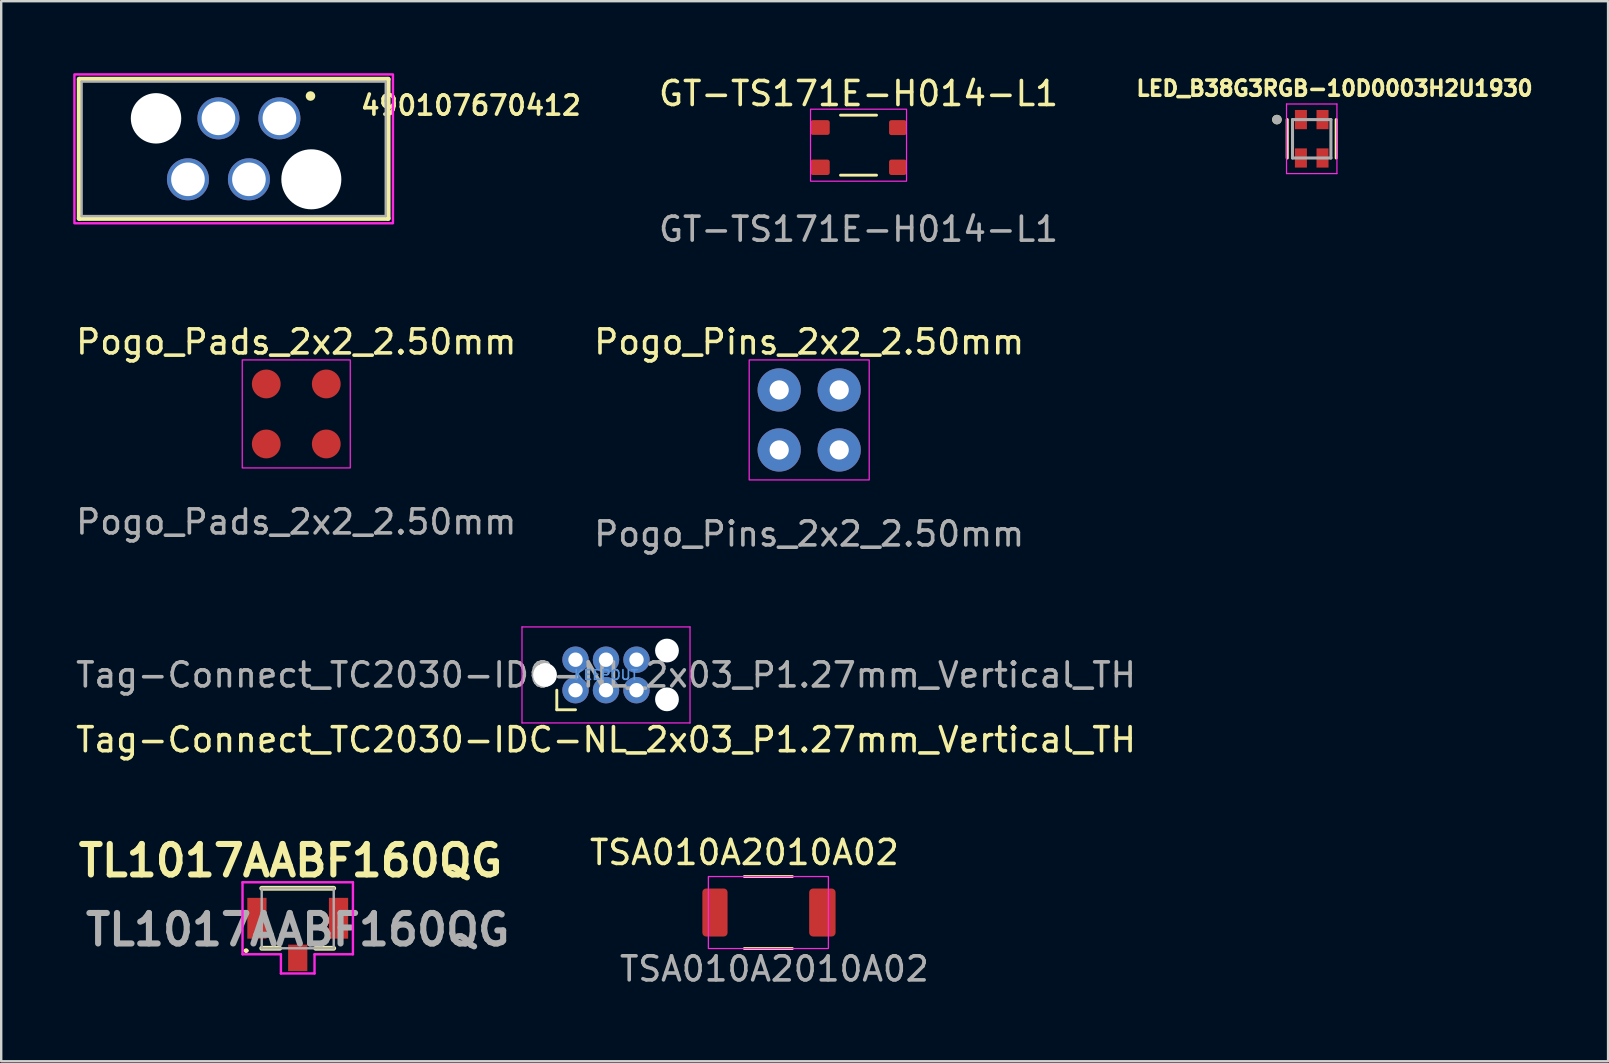
<source format=kicad_pcb>
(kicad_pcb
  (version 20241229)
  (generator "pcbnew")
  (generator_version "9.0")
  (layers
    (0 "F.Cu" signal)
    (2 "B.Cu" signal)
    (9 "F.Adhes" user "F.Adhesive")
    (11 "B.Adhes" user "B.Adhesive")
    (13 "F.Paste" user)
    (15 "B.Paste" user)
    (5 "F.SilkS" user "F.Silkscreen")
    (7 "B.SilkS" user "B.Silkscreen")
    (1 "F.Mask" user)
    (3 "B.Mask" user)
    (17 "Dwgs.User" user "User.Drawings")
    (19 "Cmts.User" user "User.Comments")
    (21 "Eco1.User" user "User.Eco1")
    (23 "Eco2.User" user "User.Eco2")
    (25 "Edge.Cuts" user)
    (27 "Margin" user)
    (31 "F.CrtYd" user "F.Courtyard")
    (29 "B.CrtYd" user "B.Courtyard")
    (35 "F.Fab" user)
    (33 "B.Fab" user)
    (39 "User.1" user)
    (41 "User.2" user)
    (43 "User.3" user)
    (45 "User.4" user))
  (footprint "TL1017AABF160QG"
    (layer "F.Cu")
    (at 9.353 35.205)
    (property "Reference" "TL1017AABF160QG" (at -0.3 -2.4 0) (layer "F.SilkS") (effects (font (size 1.27 1.27) (thickness 0.254))))
    (attr smd)
    (fp_line (start -2.2 1.35) (end -2.2 1.35) (stroke (width 0.1) (type solid)) (layer "F.SilkS"))
    (fp_line (start -2.1 1.35) (end -2.1 1.35) (stroke (width 0.1) (type solid)) (layer "F.SilkS"))
    (fp_line (start -1.5 -1.25) (end 1.5 -1.25) (stroke (width 0.2) (type solid)) (layer "F.SilkS"))
    (fp_line (start -1.5 1.25) (end -0.75 1.25) (stroke (width 0.2) (type solid)) (layer "F.SilkS"))
    (fp_line (start 1.5 1.25) (end 0.75 1.25) (stroke (width 0.2) (type solid)) (layer "F.SilkS"))
    (fp_arc (start -2.2 1.35) (mid -2.15 1.3) (end -2.1 1.35) (stroke (width 0.1) (type solid)) (layer "F.SilkS"))
    (fp_arc (start -2.1 1.35) (mid -2.15 1.4) (end -2.2 1.35) (stroke (width 0.1) (type solid)) (layer "F.SilkS"))
    (fp_line (start -2.3 -1.5) (end 2.3 -1.5) (stroke (width 0.1) (type solid)) (layer "F.CrtYd"))
    (fp_line (start -2.3 1.5) (end -2.3 -1.5) (stroke (width 0.1) (type solid)) (layer "F.CrtYd"))
    (fp_line (start -0.7 1.5) (end -2.3 1.5) (stroke (width 0.1) (type solid)) (layer "F.CrtYd"))
    (fp_line (start -0.7 2.3) (end -0.7 1.5) (stroke (width 0.1) (type solid)) (layer "F.CrtYd"))
    (fp_line (start 0.7 1.5) (end 0.7 2.3) (stroke (width 0.1) (type solid)) (layer "F.CrtYd"))
    (fp_line (start 0.7 2.3) (end -0.7 2.3) (stroke (width 0.1) (type solid)) (layer "F.CrtYd"))
    (fp_line (start 2.3 -1.5) (end 2.3 1.5) (stroke (width 0.1) (type solid)) (layer "F.CrtYd"))
    (fp_line (start 2.3 1.5) (end 0.7 1.5) (stroke (width 0.1) (type solid)) (layer "F.CrtYd"))
    (fp_line (start -1.5 -1.25) (end 1.5 -1.25) (stroke (width 0.1) (type solid)) (layer "F.Fab"))
    (fp_line (start -1.5 1.25) (end -1.5 -1.25) (stroke (width 0.1) (type solid)) (layer "F.Fab"))
    (fp_line (start 1.5 -1.25) (end 1.5 1.25) (stroke (width 0.1) (type solid)) (layer "F.Fab"))
    (fp_line (start 1.5 1.25) (end -1.5 1.25) (stroke (width 0.1) (type solid)) (layer "F.Fab"))
    (fp_text user "${REFERENCE}" (at 0 0.475 0) (layer "F.Fab") (effects (font (size 1.27 1.27) (thickness 0.254))))
    (pad "1" smd rect (at -1.7 0) (size 0.8 1.7) (layers "F.Cu" "F.Mask" "F.Paste"))
    (pad "2" smd rect (at 1.7 0) (size 0.8 1.7) (layers "F.Cu" "F.Mask" "F.Paste"))
    (pad "G1" smd rect (at 0 1.65) (size 0.8 1.1) (layers "F.Cu" "F.Mask" "F.Paste")))
  (footprint "490107670412"
    (layer "F.Cu")
    (at 6.685 3.15)
    (property "Reference" "490107670412" (at 9.88 -1.808 0) (layer "F.SilkS") (effects (font (size 0.8 0.8) (thickness 0.15))))
    (attr through_hole)
    (fp_line (start -6.435 -2.9) (end 6.435 -2.9) (stroke (width 0.2) (type solid)) (layer "F.SilkS"))
    (fp_line (start -6.435 2.9) (end -6.435 -2.9) (stroke (width 0.2) (type solid)) (layer "F.SilkS"))
    (fp_line (start 6.435 -2.9) (end 6.435 2.9) (stroke (width 0.2) (type solid)) (layer "F.SilkS"))
    (fp_line (start 6.435 2.9) (end -6.435 2.9) (stroke (width 0.2) (type solid)) (layer "F.SilkS"))
    (fp_circle (center 3.2 -2.2) (end 3.3 -2.2) (stroke (width 0.2) (type solid)) (fill no) (layer "F.SilkS"))
    (fp_poly (pts (xy -6.635 -3.1) (xy 6.635 -3.1) (xy 6.635 3.1) (xy -6.635 3.1)) (stroke (width 0.1) (type solid)) (fill no) (layer "F.CrtYd"))
    (fp_line (start -6.335 -2.8) (end 6.335 -2.8) (stroke (width 0.1) (type solid)) (layer "F.Fab"))
    (fp_line (start -6.335 2.8) (end -6.335 -2.8) (stroke (width 0.1) (type solid)) (layer "F.Fab"))
    (fp_line (start 6.335 -2.8) (end 6.335 2.8) (stroke (width 0.1) (type solid)) (layer "F.Fab"))
    (fp_line (start 6.335 2.8) (end -6.335 2.8) (stroke (width 0.1) (type solid)) (layer "F.Fab"))
    (pad "" np_thru_hole circle (at -3.235 -1.27) (size 2.1 2.1) (drill 2.1) (layers "*.Cu" "*.Mask"))
    (pad "" np_thru_hole circle (at 3.235 1.27) (size 2.5 2.5) (drill 2.5) (layers "*.Cu" "*.Mask"))
    (pad "1" thru_hole circle (at 1.905 -1.27) (size 1.75 1.75) (drill 1.4) (layers "*.Cu" "*.Mask"))
    (pad "2" thru_hole circle (at 0.635 1.27) (size 1.75 1.75) (drill 1.4) (layers "*.Cu" "*.Mask"))
    (pad "3" thru_hole circle (at -0.635 -1.27) (size 1.75 1.75) (drill 1.4) (layers "*.Cu" "*.Mask"))
    (pad "4" thru_hole circle (at -1.905 1.27) (size 1.75 1.75) (drill 1.4) (layers "*.Cu" "*.Mask")))
  (footprint "Tag-Connect_TC2030-IDC-NL_2x03_P1.27mm_Vertical_TH"
    (layer "F.Cu")
    (at 22.196 25.068)
    (property "Reference" "Tag-Connect_TC2030-IDC-NL_2x03_P1.27mm_Vertical_TH" (at 0 2.7 0) (layer "F.SilkS") (effects (font (size 1 1) (thickness 0.15))))
    (attr exclude_from_pos_files exclude_from_bom)
    (fp_line (start -2.05 1.45) (end -2.05 0.635) (stroke (width 0.12) (type solid)) (layer "F.SilkS"))
    (fp_line (start -1.27 1.45) (end -2.05 1.45) (stroke (width 0.12) (type solid)) (layer "F.SilkS"))
    (fp_line (start -3.5 -2) (end 3.5 -2) (stroke (width 0.05) (type solid)) (layer "F.CrtYd"))
    (fp_line (start -3.5 2) (end -3.5 -2) (stroke (width 0.05) (type solid)) (layer "F.CrtYd"))
    (fp_line (start 3.5 -2) (end 3.5 2) (stroke (width 0.05) (type solid)) (layer "F.CrtYd"))
    (fp_line (start 3.5 2) (end -3.5 2) (stroke (width 0.05) (type solid)) (layer "F.CrtYd"))
    (fp_text user "KEEPOUT" (at 0 0 0) (layer "Cmts.User") (effects (font (size 0.4 0.4) (thickness 0.07))))
    (fp_text user "${REFERENCE}" (at 0 0 0) (layer "F.Fab") (effects (font (size 1 1) (thickness 0.15))))
    (pad "" np_thru_hole circle (at -2.54 0) (size 0.991 0.991) (drill 0.991) (layers "*.Cu" "*.Mask"))
    (pad "" np_thru_hole circle (at 2.54 -1.016) (size 0.991 0.991) (drill 0.991) (layers "*.Cu" "*.Mask"))
    (pad "" np_thru_hole circle (at 2.54 1.016) (size 0.991 0.991) (drill 0.991) (layers "*.Cu" "*.Mask"))
    (pad "1" thru_hole circle (at -1.27 0.635) (size 1.1 1.1) (drill 0.6) (layers "*.Cu" "*.Mask"))
    (pad "2" thru_hole circle (at -1.27 -0.635) (size 1.1 1.1) (drill 0.6) (layers "*.Cu" "*.Mask"))
    (pad "3" thru_hole circle (at 0 0.635) (size 1.1 1.1) (drill 0.6) (layers "*.Cu" "*.Mask"))
    (pad "4" thru_hole circle (at 0 -0.635) (size 1.1 1.1) (drill 0.6) (layers "*.Cu" "*.Mask"))
    (pad "5" thru_hole circle (at 1.27 0.635) (size 1.1 1.1) (drill 0.6) (layers "*.Cu" "*.Mask"))
    (pad "6" thru_hole circle (at 1.27 -0.635) (size 1.1 1.1) (drill 0.6) (layers "*.Cu" "*.Mask"))
    (zone (net_name "") (layer "F.Cu") (hatch full 0.508) (connect_pads) (min_thickness 0.254) (filled_areas_thickness no) (keepout (tracks allowed) (vias not_allowed) (pads allowed) (copperpour not_allowed) (footprints not_allowed)) (placement (enabled no)) (fill) (polygon (pts (xy 23.466 24.433) (xy 20.926 24.433) (xy 20.926 25.703) (xy 23.466 25.703)))))
  (footprint "TSA010A2010A02"
    (layer "F.Cu")
    (at 28.96 34.965)
    (property "Reference" "TSA010A2010A02" (at -1 -2.5 0) (unlocked yes) (layer "F.SilkS") (effects (font (size 1 1) (thickness 0.15))))
    (attr smd)
    (fp_line (start -1 -1.5) (end 1 -1.5) (stroke (width 0.12) (type default)) (layer "F.SilkS"))
    (fp_line (start -1 1.5) (end 1 1.5) (stroke (width 0.12) (type default)) (layer "F.SilkS"))
    (fp_rect (start -2.5 -1.5) (end 2.5 1.5) (stroke (width 0.05) (type default)) (fill no) (layer "F.CrtYd"))
    (fp_text user "${REFERENCE}" (at 0.25 2.35 0) (unlocked yes) (layer "F.Fab") (effects (font (size 1 1) (thickness 0.15))))
    (pad "1" smd roundrect (at -2.225 0) (size 1.05 2) (layers "F.Cu" "F.Mask" "F.Paste") (roundrect_rratio 0.15))
    (pad "2" smd roundrect (at 2.25 0) (size 1.1 2) (layers "F.Cu" "F.Mask" "F.Paste") (roundrect_rratio 0.15)))
  (footprint "Pogo_Pins_2x2_2.50mm"
    (layer "F.Cu")
    (at 30.661 14.445)
    (property "Reference" "Pogo_Pins_2x2_2.50mm" (at 0 -3.25 0) (unlocked yes) (layer "F.SilkS") (effects (font (size 1 1) (thickness 0.15))))
    (attr smd)
    (fp_rect (start 2.5 -2.5) (end -2.5 2.5) (stroke (width 0.05) (type default)) (fill no) (layer "F.CrtYd"))
    (fp_text user "${REFERENCE}" (at 0 4.75 0) (unlocked yes) (layer "F.Fab") (effects (font (size 1 1) (thickness 0.15))))
    (pad "1" thru_hole circle (at 1.25 -1.25) (size 1.8 1.8) (drill 0.8) (layers "*.Cu" "*.Mask"))
    (pad "2" thru_hole circle (at 1.25 1.25) (size 1.8 1.8) (drill 0.8) (layers "*.Cu" "*.Mask"))
    (pad "3" thru_hole circle (at -1.25 1.25) (size 1.8 1.8) (drill 0.8) (layers "*.Cu" "*.Mask"))
    (pad "4" thru_hole circle (at -1.25 -1.25) (size 1.8 1.8) (drill 0.8) (layers "*.Cu" "*.Mask")))
  (footprint "Pogo_Pads_2x2_2.50mm"
    (layer "F.Cu")
    (at 9.292 14.195)
    (property "Reference" "Pogo_Pads_2x2_2.50mm" (at 0 -3 0) (unlocked yes) (layer "F.SilkS") (effects (font (size 1 1) (thickness 0.15))))
    (attr smd)
    (fp_rect (start -2.25 -2.25) (end 2.25 2.25) (stroke (width 0.05) (type default)) (fill no) (layer "F.CrtYd"))
    (fp_text user "${REFERENCE}" (at 0 4.5 0) (unlocked yes) (layer "F.Fab") (effects (font (size 1 1) (thickness 0.15))))
    (pad "1" smd circle (at -1.25 -1.25) (size 1.2 1.2) (layers "F.Cu" "F.Mask" "F.Paste"))
    (pad "2" smd circle (at -1.25 1.25) (size 1.2 1.2) (layers "F.Cu" "F.Mask" "F.Paste"))
    (pad "3" smd circle (at 1.25 1.25) (size 1.2 1.2) (layers "F.Cu" "F.Mask" "F.Paste"))
    (pad "4" smd circle (at 1.25 -1.25) (size 1.2 1.2) (layers "F.Cu" "F.Mask" "F.Paste")))
  (footprint "LED_B38G3RGB-10D0003H2U1930"
    (layer "F.Cu")
    (at 51.596 2.732)
    (property "Reference" "LED_B38G3RGB-10D0003H2U1930" (at 0.95 -2.1 0) (layer "F.SilkS") (effects (font (size 0.63 0.63) (thickness 0.15))))
    (attr smd)
    (fp_line (start -1.02 0.8) (end -1.02 -0.8) (stroke (width 0.127) (type solid)) (layer "F.SilkS"))
    (fp_line (start 1.02 0.8) (end 1.02 -0.8) (stroke (width 0.127) (type solid)) (layer "F.SilkS"))
    (fp_circle (center -1.45 -0.8) (end -1.35 -0.8) (stroke (width 0.2) (type solid)) (fill no) (layer "F.SilkS"))
    (fp_line (start -1.05 -1.45) (end -1.05 1.45) (stroke (width 0.05) (type solid)) (layer "F.CrtYd"))
    (fp_line (start -1.05 1.45) (end 1.05 1.45) (stroke (width 0.05) (type solid)) (layer "F.CrtYd"))
    (fp_line (start 1.05 -1.45) (end -1.05 -1.45) (stroke (width 0.05) (type solid)) (layer "F.CrtYd"))
    (fp_line (start 1.05 1.45) (end 1.05 -1.45) (stroke (width 0.05) (type solid)) (layer "F.CrtYd"))
    (fp_line (start -0.8 -0.8) (end 0.8 -0.8) (stroke (width 0.127) (type solid)) (layer "F.Fab"))
    (fp_line (start -0.8 0.8) (end -0.8 -0.8) (stroke (width 0.127) (type solid)) (layer "F.Fab"))
    (fp_line (start 0.8 -0.8) (end 0.8 0.8) (stroke (width 0.127) (type solid)) (layer "F.Fab"))
    (fp_line (start 0.8 0.8) (end -0.8 0.8) (stroke (width 0.127) (type solid)) (layer "F.Fab"))
    (fp_circle (center -1.45 -0.8) (end -1.35 -0.8) (stroke (width 0.2) (type solid)) (fill no) (layer "F.Fab"))
    (pad "1" smd rect (at -0.45 -0.8) (size 0.5 0.8) (layers "F.Cu" "F.Mask" "F.Paste"))
    (pad "2" smd rect (at 0.45 -0.8) (size 0.5 0.8) (layers "F.Cu" "F.Mask" "F.Paste"))
    (pad "3" smd rect (at 0.45 0.8) (size 0.5 0.8) (layers "F.Cu" "F.Mask" "F.Paste"))
    (pad "4" smd rect (at -0.45 0.8) (size 0.5 0.8) (layers "F.Cu" "F.Mask" "F.Paste")))
  (footprint "GT-TS171E-H014-L1"
    (layer "F.Cu")
    (at 32.716 2.998)
    (property "Reference" "GT-TS171E-H014-L1" (at 0 -2.15 0) (unlocked yes) (layer "F.SilkS") (effects (font (size 1 1) (thickness 0.15))))
    (attr exclude_from_pos_files exclude_from_bom)
    (fp_line (start -0.75 -1.25) (end 0.75 -1.25) (stroke (width 0.12) (type default)) (layer "F.SilkS"))
    (fp_line (start 0.75 1.25) (end -0.75 1.25) (stroke (width 0.12) (type default)) (layer "F.SilkS"))
    (fp_rect (start -2 -1.5) (end 2 1.5) (stroke (width 0.05) (type default)) (fill no) (layer "F.CrtYd"))
    (fp_text user "${REFERENCE}" (at 0 3.5 0) (unlocked yes) (layer "F.Fab") (effects (font (size 1 1) (thickness 0.15))))
    (pad "1" smd roundrect (at -1.6 -0.736) (size 0.8 0.612) (layers "F.Cu" "F.Mask" "F.Paste") (roundrect_rratio 0.15))
    (pad "1" smd roundrect (at 1.636 -0.731) (size 0.728 0.622) (layers "F.Cu" "F.Mask" "F.Paste") (roundrect_rratio 0.15))
    (pad "2" smd roundrect (at -1.6 0.921) (size 0.8 0.642) (layers "F.Cu" "F.Mask" "F.Paste") (roundrect_rratio 0.15))
    (pad "2" smd roundrect (at 1.636 0.921) (size 0.728 0.642) (layers "F.Cu" "F.Mask" "F.Paste") (roundrect_rratio 0.15)))
  (gr_rect
    (start -3 -3)
    (end 63.942 41.163)
    (stroke (width 0.1) (type default))
    (fill no)
    (layer "Edge.Cuts")))
</source>
